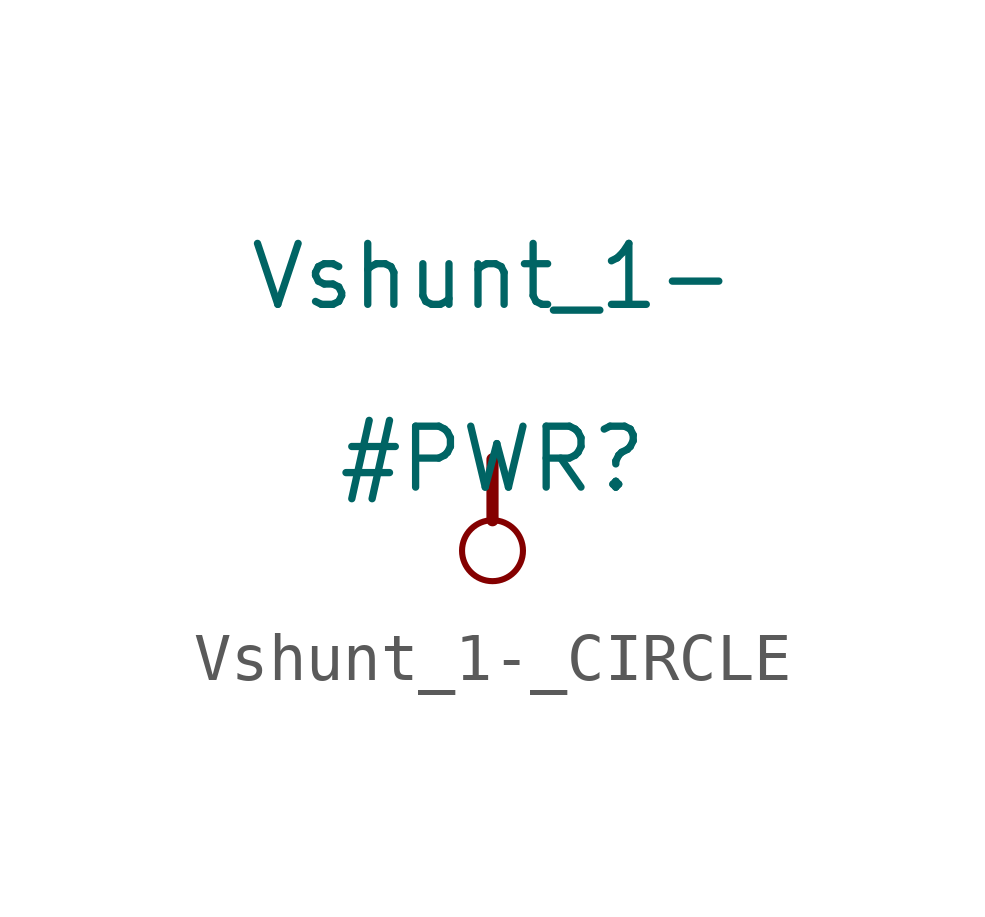
<source format=kicad_sym>
(kicad_symbol_lib
  (version 20231120)
  (generator "kicad_symbol_editor")
  (generator_version "8.0")
  (symbol "Vshunt_1-_CIRCLE"
    (power)
    (property "Reference" "#PWR"
      (at 0 0 0)
      (effects (font (size 1.27 1.27))))
    (property "Value" "Vshunt_1-"
      (at 0 3.81 0)
      (effects (font (size 1.27 1.27))))
    (symbol "Vshunt_1-_CIRCLE_0_0"
      (circle (center 0 -1.905) (radius 0.635) (stroke (width 0.127) (type solid)) (fill (type none)))
      (polyline (pts (xy 0 0) (xy 0 -1.27)) (stroke (width 0.254) (type solid)) (fill (type none)))
      (pin power_in line (at 0 0 0) (length 0) hide (name "Vshunt_1-" (effects (font (size 1.27 1.27)))) (number "" (effects (font (size 1.27 1.27))))))))
</source>
